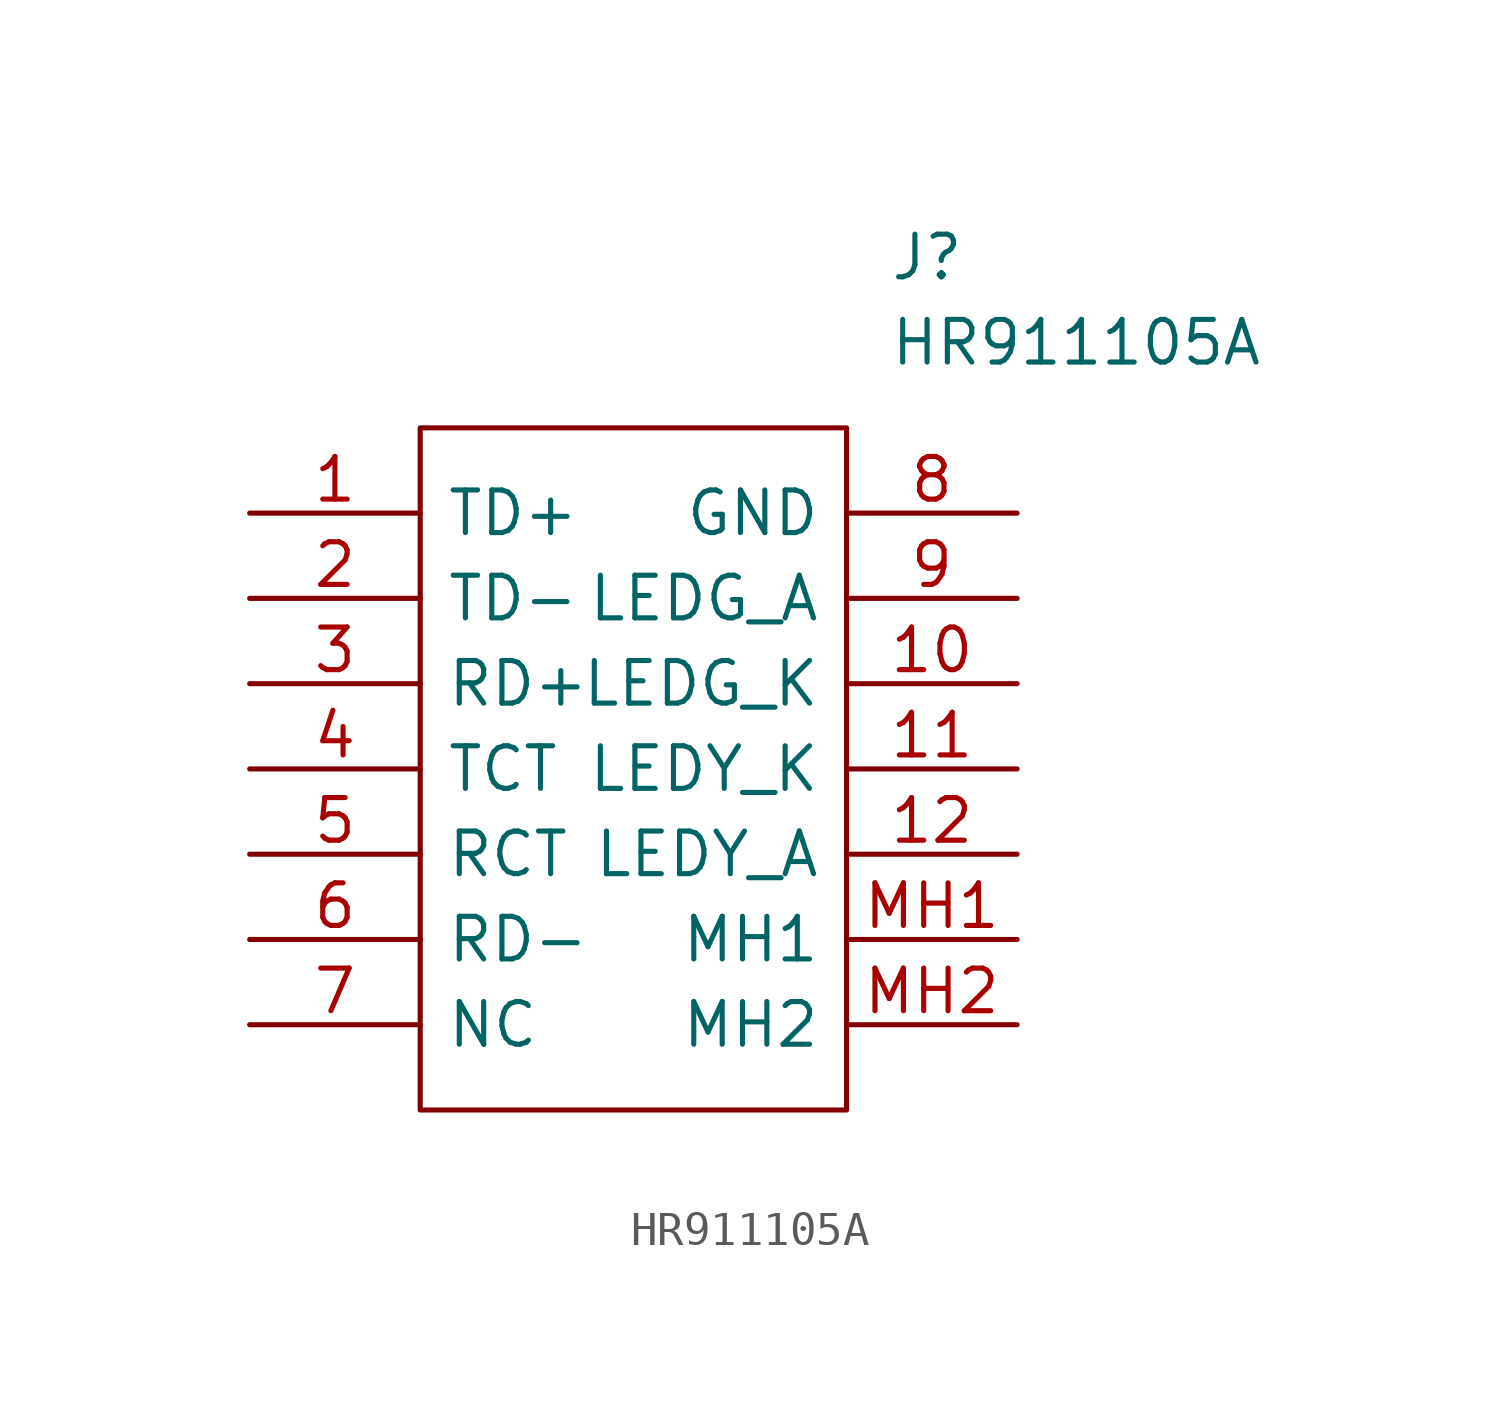
<source format=kicad_sym>
(kicad_symbol_lib
  (version 20211014)
  (generator kicad_symbol_editor)
  (symbol "HR911105A"
    (pin_names
      (offset 0.762))
    (property "Reference" "J"
      (at 19.05 7.62 0)
      (effects (font (size 1.27 1.27)) (justify left)))
    (property "Value" "HR911105A"
      (at 19.05 5.08 0)
      (effects (font (size 1.27 1.27)) (justify left)))
    (symbol "HR911105A_0_0"
      (pin passive line (at 0 0 0) (length 5.08) (name "TD+" (effects (font (size 1.27 1.27)))) (number "1" (effects (font (size 1.27 1.27)))))
      (pin passive line (at 22.86 -5.08 180) (length 5.08) (name "LEDG_K" (effects (font (size 1.27 1.27)))) (number "10" (effects (font (size 1.27 1.27)))))
      (pin passive line (at 22.86 -7.62 180) (length 5.08) (name "LEDY_K" (effects (font (size 1.27 1.27)))) (number "11" (effects (font (size 1.27 1.27)))))
      (pin passive line (at 22.86 -10.16 180) (length 5.08) (name "LEDY_A" (effects (font (size 1.27 1.27)))) (number "12" (effects (font (size 1.27 1.27)))))
      (pin passive line (at 0 -2.54 0) (length 5.08) (name "TD-" (effects (font (size 1.27 1.27)))) (number "2" (effects (font (size 1.27 1.27)))))
      (pin passive line (at 0 -5.08 0) (length 5.08) (name "RD+" (effects (font (size 1.27 1.27)))) (number "3" (effects (font (size 1.27 1.27)))))
      (pin passive line (at 0 -7.62 0) (length 5.08) (name "TCT" (effects (font (size 1.27 1.27)))) (number "4" (effects (font (size 1.27 1.27)))))
      (pin passive line (at 0 -10.16 0) (length 5.08) (name "RCT" (effects (font (size 1.27 1.27)))) (number "5" (effects (font (size 1.27 1.27)))))
      (pin passive line (at 0 -12.7 0) (length 5.08) (name "RD-" (effects (font (size 1.27 1.27)))) (number "6" (effects (font (size 1.27 1.27)))))
      (pin passive line (at 0 -15.24 0) (length 5.08) (name "NC" (effects (font (size 1.27 1.27)))) (number "7" (effects (font (size 1.27 1.27)))))
      (pin passive line (at 22.86 0 180) (length 5.08) (name "GND" (effects (font (size 1.27 1.27)))) (number "8" (effects (font (size 1.27 1.27)))))
      (pin passive line (at 22.86 -2.54 180) (length 5.08) (name "LEDG_A" (effects (font (size 1.27 1.27)))) (number "9" (effects (font (size 1.27 1.27)))))
      (pin passive line (at 22.86 -12.7 180) (length 5.08) (name "MH1" (effects (font (size 1.27 1.27)))) (number "MH1" (effects (font (size 1.27 1.27)))))
      (pin passive line (at 22.86 -15.24 180) (length 5.08) (name "MH2" (effects (font (size 1.27 1.27)))) (number "MH2" (effects (font (size 1.27 1.27))))))
    (symbol "HR911105A_0_1"
      (polyline (pts (xy 5.08 2.54) (xy 17.78 2.54) (xy 17.78 -17.78) (xy 5.08 -17.78) (xy 5.08 2.54)) (stroke (width 0.152) (type default) (color 0 0 0 0)) (fill (type none))))))
</source>
